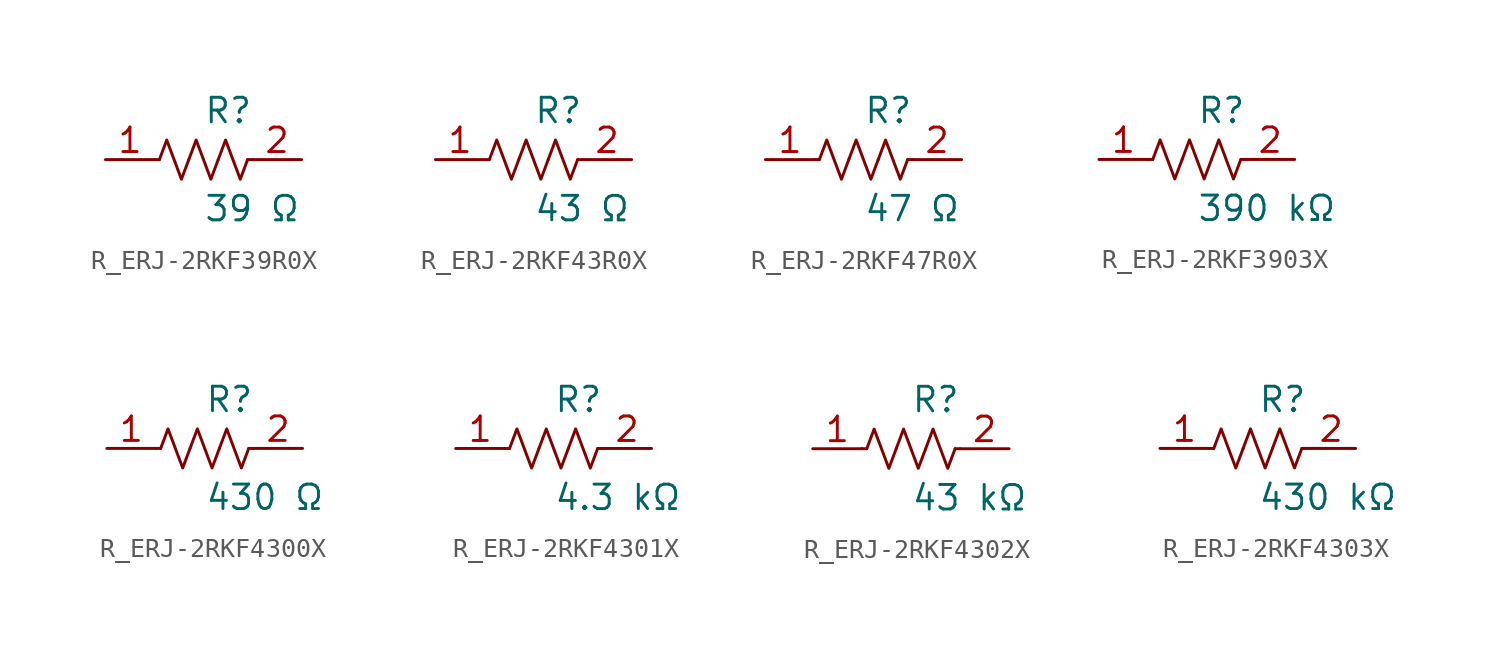
<source format=kicad_sym>
(kicad_symbol_lib
  (version 20231120)
  (generator kicad_symbol_editor)
  (generator_version 8.0)
  (symbol "R_ERJ-2RKF39R0X"
    (pin_names
      (offset 0.254))
    (property "Reference" "R"
      (at 0.0 2.54 0)
      (effects (font (size 1.27 1.27)) (justify left)))
    (property "Value" "39 Ω"
      (at 0.0 -2.54 0)
      (effects (font (size 1.27 1.27)) (justify left)))
    (symbol "R_ERJ-2RKF39R0X_0_1"
      (polyline (pts (xy 2.286 0) (xy 2.54 0)) (stroke (width 0) (type default)) (fill (type none)))
      (polyline (pts (xy -2.286 0) (xy -2.54 0)) (stroke (width 0) (type default)) (fill (type none)))
      (polyline (pts (xy 0.762 0) (xy 1.143 1.016) (xy 1.524 0) (xy 1.905 -1.016) (xy 2.286 0)) (stroke (width 0) (type default)) (fill (type none)))
      (polyline (pts (xy -0.762 0) (xy -0.381 1.016) (xy 0 0) (xy 0.381 -1.016) (xy 0.762 0)) (stroke (width 0) (type default)) (fill (type none)))
      (polyline (pts (xy -2.286 0) (xy -1.905 1.016) (xy -1.524 0) (xy -1.143 -1.016) (xy -0.762 0)) (stroke (width 0) (type default)) (fill (type none))))
    (pin unspecified line
      (at -5.08 0 0)
      (length 2.54)
      (name "" (effects (font (size 1.27 1.27))))
      (number "1" (effects (font (size 1.27 1.27)))))
    (pin unspecified line
      (at 5.08 0 180)
      (length 2.54)
      (name "" (effects (font (size 1.27 1.27))))
      (number "2" (effects (font (size 1.27 1.27))))))
  (symbol "R_ERJ-2RKF43R0X"
    (pin_names
      (offset 0.254))
    (property "Reference" "R"
      (at 0.0 2.54 0)
      (effects (font (size 1.27 1.27)) (justify left)))
    (property "Value" "43 Ω"
      (at 0.0 -2.54 0)
      (effects (font (size 1.27 1.27)) (justify left)))
    (symbol "R_ERJ-2RKF43R0X_0_1"
      (polyline (pts (xy 2.286 0) (xy 2.54 0)) (stroke (width 0) (type default)) (fill (type none)))
      (polyline (pts (xy -2.286 0) (xy -2.54 0)) (stroke (width 0) (type default)) (fill (type none)))
      (polyline (pts (xy 0.762 0) (xy 1.143 1.016) (xy 1.524 0) (xy 1.905 -1.016) (xy 2.286 0)) (stroke (width 0) (type default)) (fill (type none)))
      (polyline (pts (xy -0.762 0) (xy -0.381 1.016) (xy 0 0) (xy 0.381 -1.016) (xy 0.762 0)) (stroke (width 0) (type default)) (fill (type none)))
      (polyline (pts (xy -2.286 0) (xy -1.905 1.016) (xy -1.524 0) (xy -1.143 -1.016) (xy -0.762 0)) (stroke (width 0) (type default)) (fill (type none))))
    (pin unspecified line
      (at -5.08 0 0)
      (length 2.54)
      (name "" (effects (font (size 1.27 1.27))))
      (number "1" (effects (font (size 1.27 1.27)))))
    (pin unspecified line
      (at 5.08 0 180)
      (length 2.54)
      (name "" (effects (font (size 1.27 1.27))))
      (number "2" (effects (font (size 1.27 1.27))))))
  (symbol "R_ERJ-2RKF47R0X"
    (pin_names
      (offset 0.254))
    (property "Reference" "R"
      (at 0.0 2.54 0)
      (effects (font (size 1.27 1.27)) (justify left)))
    (property "Value" "47 Ω"
      (at 0.0 -2.54 0)
      (effects (font (size 1.27 1.27)) (justify left)))
    (symbol "R_ERJ-2RKF47R0X_0_1"
      (polyline (pts (xy 2.286 0) (xy 2.54 0)) (stroke (width 0) (type default)) (fill (type none)))
      (polyline (pts (xy -2.286 0) (xy -2.54 0)) (stroke (width 0) (type default)) (fill (type none)))
      (polyline (pts (xy 0.762 0) (xy 1.143 1.016) (xy 1.524 0) (xy 1.905 -1.016) (xy 2.286 0)) (stroke (width 0) (type default)) (fill (type none)))
      (polyline (pts (xy -0.762 0) (xy -0.381 1.016) (xy 0 0) (xy 0.381 -1.016) (xy 0.762 0)) (stroke (width 0) (type default)) (fill (type none)))
      (polyline (pts (xy -2.286 0) (xy -1.905 1.016) (xy -1.524 0) (xy -1.143 -1.016) (xy -0.762 0)) (stroke (width 0) (type default)) (fill (type none))))
    (pin unspecified line
      (at -5.08 0 0)
      (length 2.54)
      (name "" (effects (font (size 1.27 1.27))))
      (number "1" (effects (font (size 1.27 1.27)))))
    (pin unspecified line
      (at 5.08 0 180)
      (length 2.54)
      (name "" (effects (font (size 1.27 1.27))))
      (number "2" (effects (font (size 1.27 1.27))))))
  (symbol "R_ERJ-2RKF3903X"
    (pin_names
      (offset 0.254))
    (property "Reference" "R"
      (at 0.0 2.54 0)
      (effects (font (size 1.27 1.27)) (justify left)))
    (property "Value" "390 kΩ"
      (at 0.0 -2.54 0)
      (effects (font (size 1.27 1.27)) (justify left)))
    (symbol "R_ERJ-2RKF3903X_0_1"
      (polyline (pts (xy 2.286 0) (xy 2.54 0)) (stroke (width 0) (type default)) (fill (type none)))
      (polyline (pts (xy -2.286 0) (xy -2.54 0)) (stroke (width 0) (type default)) (fill (type none)))
      (polyline (pts (xy 0.762 0) (xy 1.143 1.016) (xy 1.524 0) (xy 1.905 -1.016) (xy 2.286 0)) (stroke (width 0) (type default)) (fill (type none)))
      (polyline (pts (xy -0.762 0) (xy -0.381 1.016) (xy 0 0) (xy 0.381 -1.016) (xy 0.762 0)) (stroke (width 0) (type default)) (fill (type none)))
      (polyline (pts (xy -2.286 0) (xy -1.905 1.016) (xy -1.524 0) (xy -1.143 -1.016) (xy -0.762 0)) (stroke (width 0) (type default)) (fill (type none))))
    (pin unspecified line
      (at -5.08 0 0)
      (length 2.54)
      (name "" (effects (font (size 1.27 1.27))))
      (number "1" (effects (font (size 1.27 1.27)))))
    (pin unspecified line
      (at 5.08 0 180)
      (length 2.54)
      (name "" (effects (font (size 1.27 1.27))))
      (number "2" (effects (font (size 1.27 1.27))))))
  (symbol "R_ERJ-2RKF4300X"
    (pin_names
      (offset 0.254))
    (property "Reference" "R"
      (at 0.0 2.54 0)
      (effects (font (size 1.27 1.27)) (justify left)))
    (property "Value" "430 Ω"
      (at 0.0 -2.54 0)
      (effects (font (size 1.27 1.27)) (justify left)))
    (symbol "R_ERJ-2RKF4300X_0_1"
      (polyline (pts (xy 2.286 0) (xy 2.54 0)) (stroke (width 0) (type default)) (fill (type none)))
      (polyline (pts (xy -2.286 0) (xy -2.54 0)) (stroke (width 0) (type default)) (fill (type none)))
      (polyline (pts (xy 0.762 0) (xy 1.143 1.016) (xy 1.524 0) (xy 1.905 -1.016) (xy 2.286 0)) (stroke (width 0) (type default)) (fill (type none)))
      (polyline (pts (xy -0.762 0) (xy -0.381 1.016) (xy 0 0) (xy 0.381 -1.016) (xy 0.762 0)) (stroke (width 0) (type default)) (fill (type none)))
      (polyline (pts (xy -2.286 0) (xy -1.905 1.016) (xy -1.524 0) (xy -1.143 -1.016) (xy -0.762 0)) (stroke (width 0) (type default)) (fill (type none))))
    (pin unspecified line
      (at -5.08 0 0)
      (length 2.54)
      (name "" (effects (font (size 1.27 1.27))))
      (number "1" (effects (font (size 1.27 1.27)))))
    (pin unspecified line
      (at 5.08 0 180)
      (length 2.54)
      (name "" (effects (font (size 1.27 1.27))))
      (number "2" (effects (font (size 1.27 1.27))))))
  (symbol "R_ERJ-2RKF4301X"
    (pin_names
      (offset 0.254))
    (property "Reference" "R"
      (at 0.0 2.54 0)
      (effects (font (size 1.27 1.27)) (justify left)))
    (property "Value" "4.3 kΩ"
      (at 0.0 -2.54 0)
      (effects (font (size 1.27 1.27)) (justify left)))
    (symbol "R_ERJ-2RKF4301X_0_1"
      (polyline (pts (xy 2.286 0) (xy 2.54 0)) (stroke (width 0) (type default)) (fill (type none)))
      (polyline (pts (xy -2.286 0) (xy -2.54 0)) (stroke (width 0) (type default)) (fill (type none)))
      (polyline (pts (xy 0.762 0) (xy 1.143 1.016) (xy 1.524 0) (xy 1.905 -1.016) (xy 2.286 0)) (stroke (width 0) (type default)) (fill (type none)))
      (polyline (pts (xy -0.762 0) (xy -0.381 1.016) (xy 0 0) (xy 0.381 -1.016) (xy 0.762 0)) (stroke (width 0) (type default)) (fill (type none)))
      (polyline (pts (xy -2.286 0) (xy -1.905 1.016) (xy -1.524 0) (xy -1.143 -1.016) (xy -0.762 0)) (stroke (width 0) (type default)) (fill (type none))))
    (pin unspecified line
      (at -5.08 0 0)
      (length 2.54)
      (name "" (effects (font (size 1.27 1.27))))
      (number "1" (effects (font (size 1.27 1.27)))))
    (pin unspecified line
      (at 5.08 0 180)
      (length 2.54)
      (name "" (effects (font (size 1.27 1.27))))
      (number "2" (effects (font (size 1.27 1.27))))))
  (symbol "R_ERJ-2RKF4302X"
    (pin_names
      (offset 0.254))
    (property "Reference" "R"
      (at 0.0 2.54 0)
      (effects (font (size 1.27 1.27)) (justify left)))
    (property "Value" "43 kΩ"
      (at 0.0 -2.54 0)
      (effects (font (size 1.27 1.27)) (justify left)))
    (symbol "R_ERJ-2RKF4302X_0_1"
      (polyline (pts (xy 2.286 0) (xy 2.54 0)) (stroke (width 0) (type default)) (fill (type none)))
      (polyline (pts (xy -2.286 0) (xy -2.54 0)) (stroke (width 0) (type default)) (fill (type none)))
      (polyline (pts (xy 0.762 0) (xy 1.143 1.016) (xy 1.524 0) (xy 1.905 -1.016) (xy 2.286 0)) (stroke (width 0) (type default)) (fill (type none)))
      (polyline (pts (xy -0.762 0) (xy -0.381 1.016) (xy 0 0) (xy 0.381 -1.016) (xy 0.762 0)) (stroke (width 0) (type default)) (fill (type none)))
      (polyline (pts (xy -2.286 0) (xy -1.905 1.016) (xy -1.524 0) (xy -1.143 -1.016) (xy -0.762 0)) (stroke (width 0) (type default)) (fill (type none))))
    (pin unspecified line
      (at -5.08 0 0)
      (length 2.54)
      (name "" (effects (font (size 1.27 1.27))))
      (number "1" (effects (font (size 1.27 1.27)))))
    (pin unspecified line
      (at 5.08 0 180)
      (length 2.54)
      (name "" (effects (font (size 1.27 1.27))))
      (number "2" (effects (font (size 1.27 1.27))))))
  (symbol "R_ERJ-2RKF4303X"
    (pin_names
      (offset 0.254))
    (property "Reference" "R"
      (at 0.0 2.54 0)
      (effects (font (size 1.27 1.27)) (justify left)))
    (property "Value" "430 kΩ"
      (at 0.0 -2.54 0)
      (effects (font (size 1.27 1.27)) (justify left)))
    (symbol "R_ERJ-2RKF4303X_0_1"
      (polyline (pts (xy 2.286 0) (xy 2.54 0)) (stroke (width 0) (type default)) (fill (type none)))
      (polyline (pts (xy -2.286 0) (xy -2.54 0)) (stroke (width 0) (type default)) (fill (type none)))
      (polyline (pts (xy 0.762 0) (xy 1.143 1.016) (xy 1.524 0) (xy 1.905 -1.016) (xy 2.286 0)) (stroke (width 0) (type default)) (fill (type none)))
      (polyline (pts (xy -0.762 0) (xy -0.381 1.016) (xy 0 0) (xy 0.381 -1.016) (xy 0.762 0)) (stroke (width 0) (type default)) (fill (type none)))
      (polyline (pts (xy -2.286 0) (xy -1.905 1.016) (xy -1.524 0) (xy -1.143 -1.016) (xy -0.762 0)) (stroke (width 0) (type default)) (fill (type none))))
    (pin unspecified line
      (at -5.08 0 0)
      (length 2.54)
      (name "" (effects (font (size 1.27 1.27))))
      (number "1" (effects (font (size 1.27 1.27)))))
    (pin unspecified line
      (at 5.08 0 180)
      (length 2.54)
      (name "" (effects (font (size 1.27 1.27))))
      (number "2" (effects (font (size 1.27 1.27)))))))
</source>
